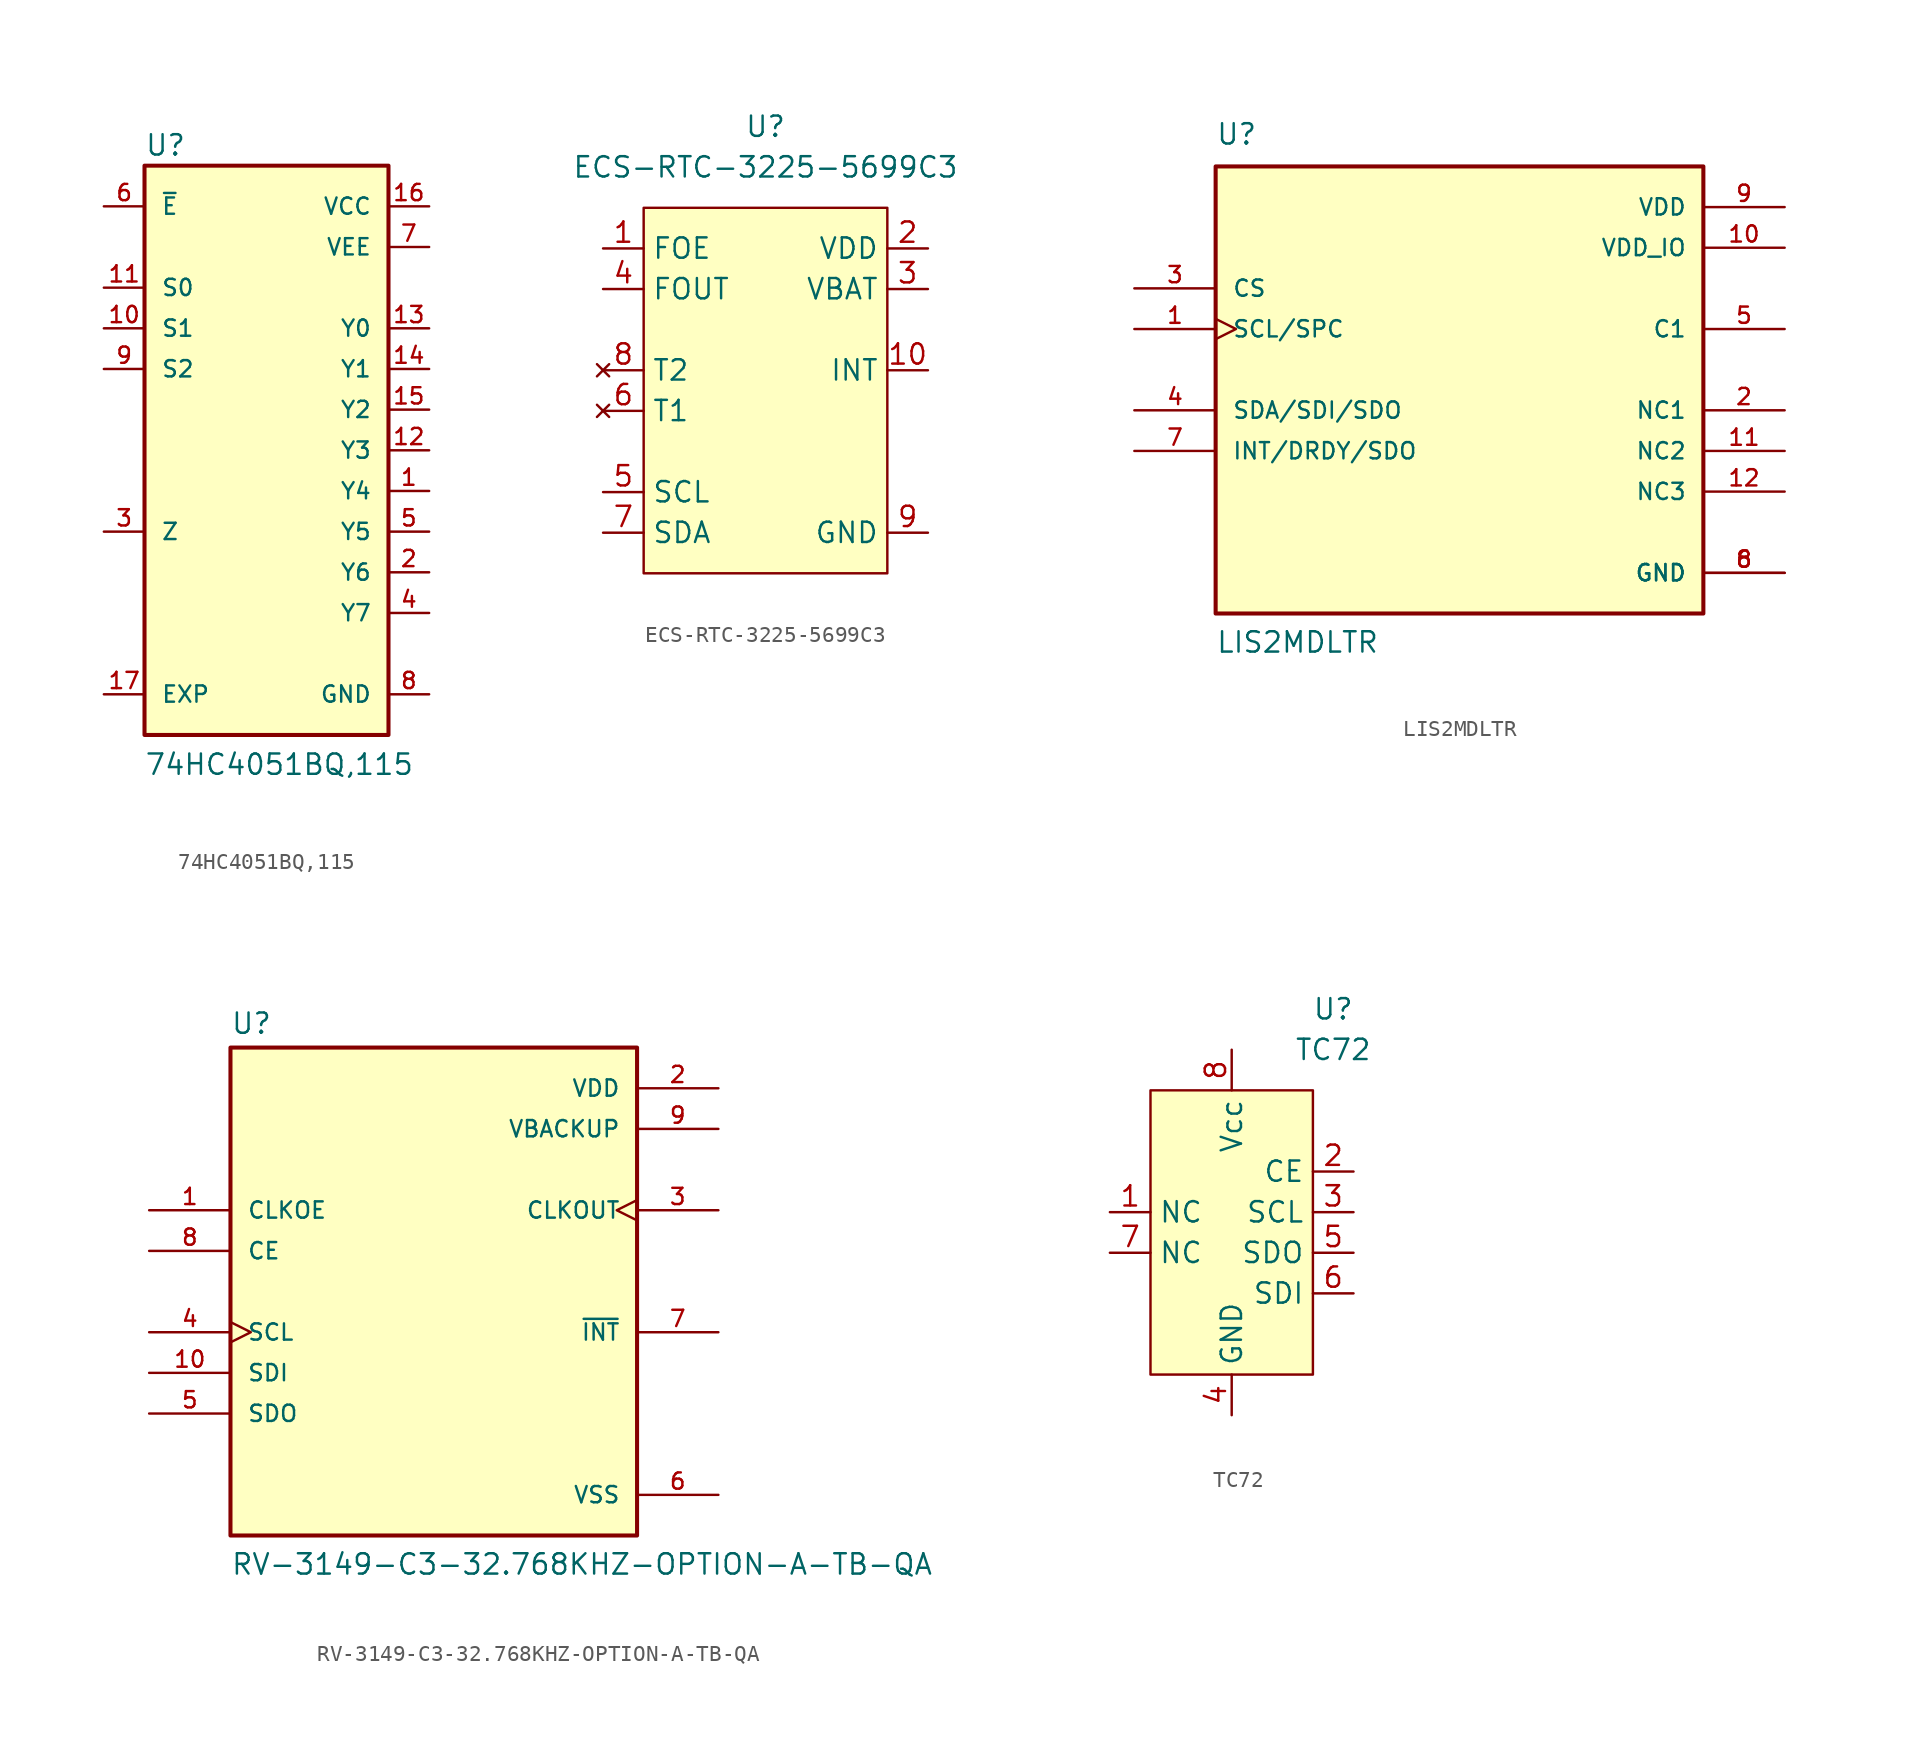
<source format=kicad_sym>
(kicad_symbol_lib
  (version 20211014)
  (generator kicad_symbol_editor)
  (symbol "74HC4051BQ,115"
    (pin_names
      (offset 1.016))
    (property "Reference" "U"
      (at -7.62 18.313 0)
      (effects (font (size 1.27 1.27)) (justify left bottom)))
    (property "Value" "74HC4051BQ,115"
      (at -7.645 -20.371 0)
      (effects (font (size 1.27 1.27)) (justify left bottom)))
    (property "ki_locked" ""
      (at 0 0 0)
      (effects (font (size 1.27 1.27))))
    (symbol "74HC4051BQ,115_0_0"
      (rectangle (start -7.62 -17.78) (end 7.62 17.78) (stroke (width 0.254) (type default) (color 0 0 0 0)) (fill (type background)))
      (pin bidirectional line (at 10.16 -2.54 180) (length 2.54) (name "Y4" (effects (font (size 1.016 1.016)))) (number "1" (effects (font (size 1.016 1.016)))))
      (pin input line (at -10.16 7.62 0) (length 2.54) (name "S1" (effects (font (size 1.016 1.016)))) (number "10" (effects (font (size 1.016 1.016)))))
      (pin input line (at -10.16 10.16 0) (length 2.54) (name "S0" (effects (font (size 1.016 1.016)))) (number "11" (effects (font (size 1.016 1.016)))))
      (pin bidirectional line (at 10.16 0 180) (length 2.54) (name "Y3" (effects (font (size 1.016 1.016)))) (number "12" (effects (font (size 1.016 1.016)))))
      (pin bidirectional line (at 10.16 7.62 180) (length 2.54) (name "Y0" (effects (font (size 1.016 1.016)))) (number "13" (effects (font (size 1.016 1.016)))))
      (pin bidirectional line (at 10.16 5.08 180) (length 2.54) (name "Y1" (effects (font (size 1.016 1.016)))) (number "14" (effects (font (size 1.016 1.016)))))
      (pin bidirectional line (at 10.16 2.54 180) (length 2.54) (name "Y2" (effects (font (size 1.016 1.016)))) (number "15" (effects (font (size 1.016 1.016)))))
      (pin power_in line (at 10.16 15.24 180) (length 2.54) (name "VCC" (effects (font (size 1.016 1.016)))) (number "16" (effects (font (size 1.016 1.016)))))
      (pin power_in line (at -10.16 -15.24 0) (length 2.54) (name "EXP" (effects (font (size 1.016 1.016)))) (number "17" (effects (font (size 1.016 1.016)))))
      (pin bidirectional line (at 10.16 -7.62 180) (length 2.54) (name "Y6" (effects (font (size 1.016 1.016)))) (number "2" (effects (font (size 1.016 1.016)))))
      (pin bidirectional line (at -10.16 -5.08 0) (length 2.54) (name "Z" (effects (font (size 1.016 1.016)))) (number "3" (effects (font (size 1.016 1.016)))))
      (pin bidirectional line (at 10.16 -10.16 180) (length 2.54) (name "Y7" (effects (font (size 1.016 1.016)))) (number "4" (effects (font (size 1.016 1.016)))))
      (pin bidirectional line (at 10.16 -5.08 180) (length 2.54) (name "Y5" (effects (font (size 1.016 1.016)))) (number "5" (effects (font (size 1.016 1.016)))))
      (pin input line (at -10.16 15.24 0) (length 2.54) (name "~{E}" (effects (font (size 1.016 1.016)))) (number "6" (effects (font (size 1.016 1.016)))))
      (pin power_in line (at 10.16 12.7 180) (length 2.54) (name "VEE" (effects (font (size 1.016 1.016)))) (number "7" (effects (font (size 1.016 1.016)))))
      (pin power_in line (at 10.16 -15.24 180) (length 2.54) (name "GND" (effects (font (size 1.016 1.016)))) (number "8" (effects (font (size 1.016 1.016)))))
      (pin input line (at -10.16 5.08 0) (length 2.54) (name "S2" (effects (font (size 1.016 1.016)))) (number "9" (effects (font (size 1.016 1.016)))))))
  (symbol "ECS-RTC-3225-5699C3"
    (property "Reference" "U"
      (at 0 12.7 0)
      (effects (font (size 1.27 1.27))))
    (property "Value" "ECS-RTC-3225-5699C3"
      (at 0 10.16 0)
      (effects (font (size 1.27 1.27))))
    (symbol "ECS-RTC-3225-5699C3_0_1"
      (rectangle (start -7.62 7.62) (end 7.62 -15.24) (stroke (width 0) (type default) (color 0 0 0 0)) (fill (type background))))
    (symbol "ECS-RTC-3225-5699C3_1_1"
      (pin input line (at -10.16 5.08 0) (length 2.54) (name "FOE" (effects (font (size 1.27 1.27)))) (number "1" (effects (font (size 1.27 1.27)))))
      (pin open_collector line (at 10.16 -2.54 180) (length 2.54) (name "INT" (effects (font (size 1.27 1.27)))) (number "10" (effects (font (size 1.27 1.27)))))
      (pin power_in line (at 10.16 5.08 180) (length 2.54) (name "VDD" (effects (font (size 1.27 1.27)))) (number "2" (effects (font (size 1.27 1.27)))))
      (pin power_in line (at 10.16 2.54 180) (length 2.54) (name "VBAT" (effects (font (size 1.27 1.27)))) (number "3" (effects (font (size 1.27 1.27)))))
      (pin output line (at -10.16 2.54 0) (length 2.54) (name "FOUT" (effects (font (size 1.27 1.27)))) (number "4" (effects (font (size 1.27 1.27)))))
      (pin input line (at -10.16 -10.16 0) (length 2.54) (name "SCL" (effects (font (size 1.27 1.27)))) (number "5" (effects (font (size 1.27 1.27)))))
      (pin no_connect line (at -10.16 -5.08 0) (length 2.54) (name "T1" (effects (font (size 1.27 1.27)))) (number "6" (effects (font (size 1.27 1.27)))))
      (pin bidirectional line (at -10.16 -12.7 0) (length 2.54) (name "SDA" (effects (font (size 1.27 1.27)))) (number "7" (effects (font (size 1.27 1.27)))))
      (pin no_connect line (at -10.16 -2.54 0) (length 2.54) (name "T2" (effects (font (size 1.27 1.27)))) (number "8" (effects (font (size 1.27 1.27)))))
      (pin power_out line (at 10.16 -12.7 180) (length 2.54) (name "GND" (effects (font (size 1.27 1.27)))) (number "9" (effects (font (size 1.27 1.27)))))))
  (symbol "LIS2MDLTR"
    (pin_names
      (offset 1.016))
    (property "Reference" "U"
      (at -15.24 13.97 0)
      (effects (font (size 1.27 1.27)) (justify left bottom)))
    (property "Value" "LIS2MDLTR"
      (at -15.24 -17.78 0)
      (effects (font (size 1.27 1.27)) (justify left bottom)))
    (property "ki_locked" ""
      (at 0 0 0)
      (effects (font (size 1.27 1.27))))
    (symbol "LIS2MDLTR_0_0"
      (rectangle (start -15.24 -15.24) (end 15.24 12.7) (stroke (width 0.254) (type default) (color 0 0 0 0)) (fill (type background)))
      (pin input clock (at -20.32 2.54 0) (length 5.08) (name "SCL/SPC" (effects (font (size 1.016 1.016)))) (number "1" (effects (font (size 1.016 1.016)))))
      (pin power_in line (at 20.32 7.62 180) (length 5.08) (name "VDD_IO" (effects (font (size 1.016 1.016)))) (number "10" (effects (font (size 1.016 1.016)))))
      (pin passive line (at 20.32 -5.08 180) (length 5.08) (name "NC2" (effects (font (size 1.016 1.016)))) (number "11" (effects (font (size 1.016 1.016)))))
      (pin passive line (at 20.32 -7.62 180) (length 5.08) (name "NC3" (effects (font (size 1.016 1.016)))) (number "12" (effects (font (size 1.016 1.016)))))
      (pin passive line (at 20.32 -2.54 180) (length 5.08) (name "NC1" (effects (font (size 1.016 1.016)))) (number "2" (effects (font (size 1.016 1.016)))))
      (pin input line (at -20.32 5.08 0) (length 5.08) (name "CS" (effects (font (size 1.016 1.016)))) (number "3" (effects (font (size 1.016 1.016)))))
      (pin bidirectional line (at -20.32 -2.54 0) (length 5.08) (name "SDA/SDI/SDO" (effects (font (size 1.016 1.016)))) (number "4" (effects (font (size 1.016 1.016)))))
      (pin passive line (at 20.32 2.54 180) (length 5.08) (name "C1" (effects (font (size 1.016 1.016)))) (number "5" (effects (font (size 1.016 1.016)))))
      (pin power_in line (at 20.32 -12.7 180) (length 5.08) (name "GND" (effects (font (size 1.016 1.016)))) (number "6" (effects (font (size 1.016 1.016)))))
      (pin bidirectional line (at -20.32 -5.08 0) (length 5.08) (name "INT/DRDY/SDO" (effects (font (size 1.016 1.016)))) (number "7" (effects (font (size 1.016 1.016)))))
      (pin power_in line (at 20.32 -12.7 180) (length 5.08) (name "GND" (effects (font (size 1.016 1.016)))) (number "8" (effects (font (size 1.016 1.016)))))
      (pin power_in line (at 20.32 10.16 180) (length 5.08) (name "VDD" (effects (font (size 1.016 1.016)))) (number "9" (effects (font (size 1.016 1.016)))))))
  (symbol "RV-3149-C3-32.768KHZ-OPTION-A-TB-QA"
    (pin_names
      (offset 1.016))
    (property "Reference" "U"
      (at -12.7 16.002 0)
      (effects (font (size 1.27 1.27)) (justify left bottom)))
    (property "Value" "RV-3149-C3-32.768KHZ-OPTION-A-TB-QA"
      (at -12.7 -17.78 0)
      (effects (font (size 1.27 1.27)) (justify left bottom)))
    (property "ki_locked" ""
      (at 0 0 0)
      (effects (font (size 1.27 1.27))))
    (symbol "RV-3149-C3-32.768KHZ-OPTION-A-TB-QA_0_0"
      (rectangle (start -12.7 -15.24) (end 12.7 15.24) (stroke (width 0.254) (type default) (color 0 0 0 0)) (fill (type background)))
      (pin input line (at -17.78 5.08 0) (length 5.08) (name "CLKOE" (effects (font (size 1.016 1.016)))) (number "1" (effects (font (size 1.016 1.016)))))
      (pin input line (at -17.78 -5.08 0) (length 5.08) (name "SDI" (effects (font (size 1.016 1.016)))) (number "10" (effects (font (size 1.016 1.016)))))
      (pin power_in line (at 17.78 12.7 180) (length 5.08) (name "VDD" (effects (font (size 1.016 1.016)))) (number "2" (effects (font (size 1.016 1.016)))))
      (pin output clock (at 17.78 5.08 180) (length 5.08) (name "CLKOUT" (effects (font (size 1.016 1.016)))) (number "3" (effects (font (size 1.016 1.016)))))
      (pin input clock (at -17.78 -2.54 0) (length 5.08) (name "SCL" (effects (font (size 1.016 1.016)))) (number "4" (effects (font (size 1.016 1.016)))))
      (pin output line (at -17.78 -7.62 0) (length 5.08) (name "SDO" (effects (font (size 1.016 1.016)))) (number "5" (effects (font (size 1.016 1.016)))))
      (pin power_in line (at 17.78 -12.7 180) (length 5.08) (name "VSS" (effects (font (size 1.016 1.016)))) (number "6" (effects (font (size 1.016 1.016)))))
      (pin output line (at 17.78 -2.54 180) (length 5.08) (name "~{INT}" (effects (font (size 1.016 1.016)))) (number "7" (effects (font (size 1.016 1.016)))))
      (pin input line (at -17.78 2.54 0) (length 5.08) (name "CE" (effects (font (size 1.016 1.016)))) (number "8" (effects (font (size 1.016 1.016)))))
      (pin power_in line (at 17.78 10.16 180) (length 5.08) (name "VBACKUP" (effects (font (size 1.016 1.016)))) (number "9" (effects (font (size 1.016 1.016)))))))
  (symbol "TC72"
    (property "Reference" "U"
      (at 6.35 12.7 0)
      (effects (font (size 1.27 1.27))))
    (property "Value" "TC72"
      (at 6.35 10.16 0)
      (effects (font (size 1.27 1.27))))
    (symbol "TC72_0_1"
      (rectangle (start -5.08 7.62) (end 5.08 -10.16) (stroke (width 0) (type default) (color 0 0 0 0)) (fill (type background))))
    (symbol "TC72_1_1"
      (pin input line (at -7.62 0 0) (length 2.54) (name "NC" (effects (font (size 1.27 1.27)))) (number "1" (effects (font (size 1.27 1.27)))))
      (pin input line (at 7.62 2.54 180) (length 2.54) (name "CE" (effects (font (size 1.27 1.27)))) (number "2" (effects (font (size 1.27 1.27)))))
      (pin input line (at 7.62 0 180) (length 2.54) (name "SCL" (effects (font (size 1.27 1.27)))) (number "3" (effects (font (size 1.27 1.27)))))
      (pin input line (at 0 -12.7 90) (length 2.54) (name "GND" (effects (font (size 1.27 1.27)))) (number "4" (effects (font (size 1.27 1.27)))))
      (pin input line (at 7.62 -2.54 180) (length 2.54) (name "SDO" (effects (font (size 1.27 1.27)))) (number "5" (effects (font (size 1.27 1.27)))))
      (pin input line (at 7.62 -5.08 180) (length 2.54) (name "SDI" (effects (font (size 1.27 1.27)))) (number "6" (effects (font (size 1.27 1.27)))))
      (pin input line (at -7.62 -2.54 0) (length 2.54) (name "NC" (effects (font (size 1.27 1.27)))) (number "7" (effects (font (size 1.27 1.27)))))
      (pin input line (at 0 10.16 270) (length 2.54) (name "Vcc" (effects (font (size 1.27 1.27)))) (number "8" (effects (font (size 1.27 1.27))))))))
</source>
